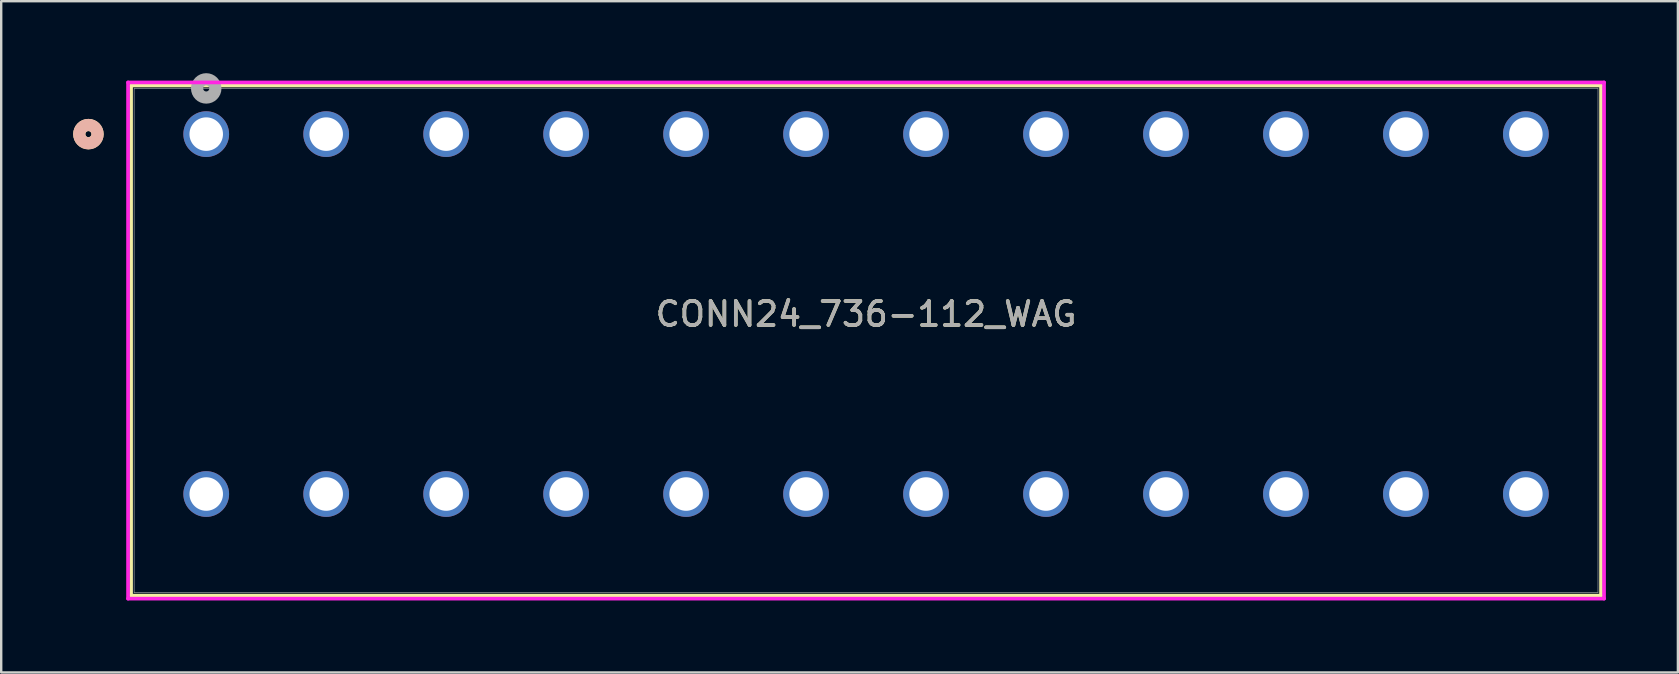
<source format=kicad_pcb>
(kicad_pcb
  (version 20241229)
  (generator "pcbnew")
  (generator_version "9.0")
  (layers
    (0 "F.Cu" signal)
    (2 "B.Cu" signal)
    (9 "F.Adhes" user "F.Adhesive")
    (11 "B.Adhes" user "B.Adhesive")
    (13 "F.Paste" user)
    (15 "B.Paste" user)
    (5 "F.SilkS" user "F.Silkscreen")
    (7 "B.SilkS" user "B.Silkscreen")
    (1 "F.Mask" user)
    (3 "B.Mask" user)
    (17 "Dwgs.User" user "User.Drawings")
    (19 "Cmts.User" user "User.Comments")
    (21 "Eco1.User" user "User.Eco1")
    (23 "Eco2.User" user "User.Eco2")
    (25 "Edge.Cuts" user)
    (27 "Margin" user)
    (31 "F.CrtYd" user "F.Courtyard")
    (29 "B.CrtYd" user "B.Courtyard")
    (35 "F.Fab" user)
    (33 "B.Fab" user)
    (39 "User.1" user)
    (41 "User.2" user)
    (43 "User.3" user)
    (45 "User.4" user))
  (footprint "CONN24_736-112_WAG"
    (layer "F.Cu")
    (at 5.545 2.54)
    (property "Reference" "CONN24_736-112_WAG" (at 27.5 7.5 0) (unlocked yes) (layer "F.SilkS") (effects (font (size 1 1) (thickness 0.15))))
    (attr through_hole)
    (fp_line (start -3.132 -2.027) (end -3.132 19.233) (stroke (width 0.152) (type solid)) (layer "F.SilkS"))
    (fp_line (start -3.132 19.233) (end 58.132 19.233) (stroke (width 0.152) (type solid)) (layer "F.SilkS"))
    (fp_line (start 58.132 -2.027) (end -3.132 -2.027) (stroke (width 0.152) (type solid)) (layer "F.SilkS"))
    (fp_line (start 58.132 19.233) (end 58.132 -2.027) (stroke (width 0.152) (type solid)) (layer "F.SilkS"))
    (fp_circle (center -4.91 0) (end -4.529 0) (stroke (width 0.508) (type solid)) (fill no) (layer "F.SilkS"))
    (fp_circle (center -4.91 0) (end -4.529 0) (stroke (width 0.508) (type solid)) (fill no) (layer "B.SilkS"))
    (fp_line (start -3.259 -2.154) (end -3.259 19.36) (stroke (width 0.152) (type solid)) (layer "F.CrtYd"))
    (fp_line (start -3.259 19.36) (end 58.259 19.36) (stroke (width 0.152) (type solid)) (layer "F.CrtYd"))
    (fp_line (start 58.259 -2.154) (end -3.259 -2.154) (stroke (width 0.152) (type solid)) (layer "F.CrtYd"))
    (fp_line (start 58.259 19.36) (end 58.259 -2.154) (stroke (width 0.152) (type solid)) (layer "F.CrtYd"))
    (fp_line (start -3.005 -1.9) (end -3.005 19.106) (stroke (width 0.025) (type solid)) (layer "F.Fab"))
    (fp_line (start -3.005 19.106) (end 58.005 19.106) (stroke (width 0.025) (type solid)) (layer "F.Fab"))
    (fp_line (start 58.005 -1.9) (end -3.005 -1.9) (stroke (width 0.025) (type solid)) (layer "F.Fab"))
    (fp_line (start 58.005 19.106) (end 58.005 -1.9) (stroke (width 0.025) (type solid)) (layer "F.Fab"))
    (fp_circle (center 0 -1.905) (end 0.381 -1.905) (stroke (width 0.508) (type solid)) (fill no) (layer "F.Fab"))
    (fp_text user "${REFERENCE}" (at 27.5 7.5 0) (unlocked yes) (layer "F.Fab") (effects (font (size 1 1) (thickness 0.15))))
    (pad "1" thru_hole circle (at 0 0) (size 1.905 1.905) (drill 1.397) (layers "*.Cu" "*.Mask"))
    (pad "2" thru_hole circle (at 5 0) (size 1.905 1.905) (drill 1.397) (layers "*.Cu" "*.Mask"))
    (pad "3" thru_hole circle (at 10 0) (size 1.905 1.905) (drill 1.397) (layers "*.Cu" "*.Mask"))
    (pad "4" thru_hole circle (at 15 0) (size 1.905 1.905) (drill 1.397) (layers "*.Cu" "*.Mask"))
    (pad "5" thru_hole circle (at 20 0) (size 1.905 1.905) (drill 1.397) (layers "*.Cu" "*.Mask"))
    (pad "6" thru_hole circle (at 25 0) (size 1.905 1.905) (drill 1.397) (layers "*.Cu" "*.Mask"))
    (pad "7" thru_hole circle (at 30 0) (size 1.905 1.905) (drill 1.397) (layers "*.Cu" "*.Mask"))
    (pad "8" thru_hole circle (at 35 0) (size 1.905 1.905) (drill 1.397) (layers "*.Cu" "*.Mask"))
    (pad "9" thru_hole circle (at 40 0) (size 1.905 1.905) (drill 1.397) (layers "*.Cu" "*.Mask"))
    (pad "10" thru_hole circle (at 45 0) (size 1.905 1.905) (drill 1.397) (layers "*.Cu" "*.Mask"))
    (pad "11" thru_hole circle (at 50 0) (size 1.905 1.905) (drill 1.397) (layers "*.Cu" "*.Mask"))
    (pad "12" thru_hole circle (at 55 0) (size 1.905 1.905) (drill 1.397) (layers "*.Cu" "*.Mask"))
    (pad "13" thru_hole circle (at 0 15) (size 1.905 1.905) (drill 1.397) (layers "*.Cu" "*.Mask"))
    (pad "14" thru_hole circle (at 5 15) (size 1.905 1.905) (drill 1.397) (layers "*.Cu" "*.Mask"))
    (pad "15" thru_hole circle (at 10 15) (size 1.905 1.905) (drill 1.397) (layers "*.Cu" "*.Mask"))
    (pad "16" thru_hole circle (at 15 15) (size 1.905 1.905) (drill 1.397) (layers "*.Cu" "*.Mask"))
    (pad "17" thru_hole circle (at 20 15) (size 1.905 1.905) (drill 1.397) (layers "*.Cu" "*.Mask"))
    (pad "18" thru_hole circle (at 25 15) (size 1.905 1.905) (drill 1.397) (layers "*.Cu" "*.Mask"))
    (pad "19" thru_hole circle (at 30 15) (size 1.905 1.905) (drill 1.397) (layers "*.Cu" "*.Mask"))
    (pad "20" thru_hole circle (at 35 15) (size 1.905 1.905) (drill 1.397) (layers "*.Cu" "*.Mask"))
    (pad "21" thru_hole circle (at 40 15) (size 1.905 1.905) (drill 1.397) (layers "*.Cu" "*.Mask"))
    (pad "22" thru_hole circle (at 45 15) (size 1.905 1.905) (drill 1.397) (layers "*.Cu" "*.Mask"))
    (pad "23" thru_hole circle (at 50 15) (size 1.905 1.905) (drill 1.397) (layers "*.Cu" "*.Mask"))
    (pad "24" thru_hole circle (at 55 15) (size 1.905 1.905) (drill 1.397) (layers "*.Cu" "*.Mask")))
  (gr_rect
    (start -3 -3)
    (end 66.881 24.976)
    (stroke (width 0.1) (type default))
    (fill no)
    (layer "Edge.Cuts")))
</source>
